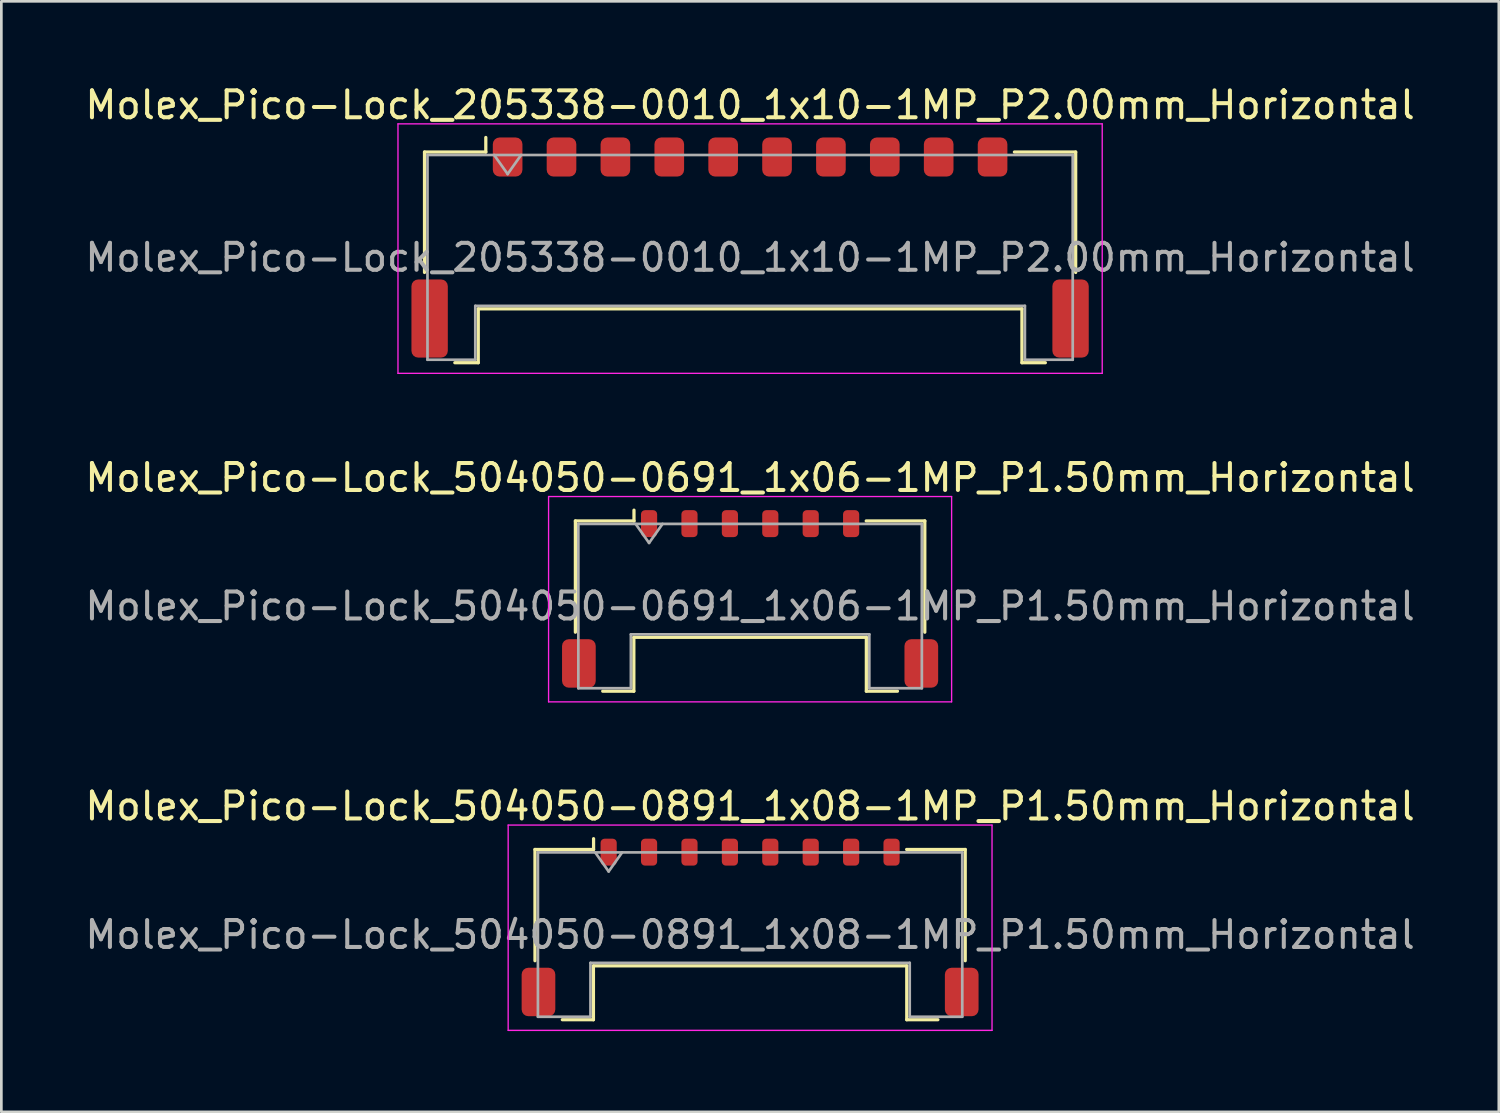
<source format=kicad_pcb>
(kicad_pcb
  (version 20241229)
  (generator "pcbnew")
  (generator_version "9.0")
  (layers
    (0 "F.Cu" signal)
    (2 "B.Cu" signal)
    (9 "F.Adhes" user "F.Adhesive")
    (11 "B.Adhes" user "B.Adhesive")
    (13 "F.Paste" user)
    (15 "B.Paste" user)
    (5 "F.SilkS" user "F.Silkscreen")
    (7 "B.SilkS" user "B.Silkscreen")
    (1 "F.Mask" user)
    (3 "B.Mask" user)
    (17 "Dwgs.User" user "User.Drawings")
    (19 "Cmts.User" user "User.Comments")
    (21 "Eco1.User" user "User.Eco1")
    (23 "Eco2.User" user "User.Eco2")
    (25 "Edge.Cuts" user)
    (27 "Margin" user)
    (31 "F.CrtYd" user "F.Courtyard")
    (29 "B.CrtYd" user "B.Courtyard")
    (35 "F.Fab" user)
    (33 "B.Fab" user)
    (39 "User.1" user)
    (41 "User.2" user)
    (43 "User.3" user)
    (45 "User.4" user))
  (footprint "Molex_Pico-Lock_205338-0010_1x10-1MP_P2.00mm_Horizontal"
    (layer "F.Cu")
    (at 24.792 6.138)
    (property "Reference" "Molex_Pico-Lock_205338-0010_1x10-1MP_P2.00mm_Horizontal" (at 0 -5.29 0) (layer "F.SilkS") (effects (font (size 1 1) (thickness 0.15))))
    (attr smd)
    (fp_line (start -12.085 -3.545) (end -9.81 -3.545) (stroke (width 0.12) (type solid)) (layer "F.SilkS"))
    (fp_line (start -12.085 0.925) (end -12.085 -3.545) (stroke (width 0.12) (type solid)) (layer "F.SilkS"))
    (fp_line (start -10.96 4.275) (end -10.09 4.275) (stroke (width 0.12) (type solid)) (layer "F.SilkS"))
    (fp_line (start -10.09 2.275) (end 10.09 2.275) (stroke (width 0.12) (type solid)) (layer "F.SilkS"))
    (fp_line (start -10.09 4.275) (end -10.09 2.275) (stroke (width 0.12) (type solid)) (layer "F.SilkS"))
    (fp_line (start -9.81 -3.545) (end -9.81 -4.085) (stroke (width 0.12) (type solid)) (layer "F.SilkS"))
    (fp_line (start 10.09 2.275) (end 10.09 4.275) (stroke (width 0.12) (type solid)) (layer "F.SilkS"))
    (fp_line (start 10.09 4.275) (end 10.96 4.275) (stroke (width 0.12) (type solid)) (layer "F.SilkS"))
    (fp_line (start 12.085 -3.545) (end 9.81 -3.545) (stroke (width 0.12) (type solid)) (layer "F.SilkS"))
    (fp_line (start 12.085 0.925) (end 12.085 -3.545) (stroke (width 0.12) (type solid)) (layer "F.SilkS"))
    (fp_line (start -13.07 -4.59) (end -13.07 4.67) (stroke (width 0.05) (type solid)) (layer "F.CrtYd"))
    (fp_line (start -13.07 4.67) (end 13.07 4.67) (stroke (width 0.05) (type solid)) (layer "F.CrtYd"))
    (fp_line (start 13.07 -4.59) (end -13.07 -4.59) (stroke (width 0.05) (type solid)) (layer "F.CrtYd"))
    (fp_line (start 13.07 4.67) (end 13.07 -4.59) (stroke (width 0.05) (type solid)) (layer "F.CrtYd"))
    (fp_line (start -11.975 -3.435) (end -11.975 4.165) (stroke (width 0.1) (type solid)) (layer "F.Fab"))
    (fp_line (start -11.975 -3.435) (end 11.975 -3.435) (stroke (width 0.1) (type solid)) (layer "F.Fab"))
    (fp_line (start -11.975 4.165) (end -10.2 4.165) (stroke (width 0.1) (type solid)) (layer "F.Fab"))
    (fp_line (start -10.2 2.165) (end 10.2 2.165) (stroke (width 0.1) (type solid)) (layer "F.Fab"))
    (fp_line (start -10.2 4.165) (end -10.2 2.165) (stroke (width 0.1) (type solid)) (layer "F.Fab"))
    (fp_line (start -9.5 -3.435) (end -9 -2.728) (stroke (width 0.1) (type solid)) (layer "F.Fab"))
    (fp_line (start -9 -2.728) (end -8.5 -3.435) (stroke (width 0.1) (type solid)) (layer "F.Fab"))
    (fp_line (start 10.2 2.165) (end 10.2 4.165) (stroke (width 0.1) (type solid)) (layer "F.Fab"))
    (fp_line (start 10.2 4.165) (end 11.975 4.165) (stroke (width 0.1) (type solid)) (layer "F.Fab"))
    (fp_line (start 11.975 -3.435) (end 11.975 4.165) (stroke (width 0.1) (type solid)) (layer "F.Fab"))
    (fp_text user "${REFERENCE}" (at 0 0.37 0) (layer "F.Fab") (effects (font (size 1 1) (thickness 0.15))))
    (pad "1" smd roundrect (at -9 -3.36) (size 1.1 1.45) (layers "F.Cu" "F.Mask" "F.Paste") (roundrect_rratio 0.227))
    (pad "2" smd roundrect (at -7 -3.36) (size 1.1 1.45) (layers "F.Cu" "F.Mask" "F.Paste") (roundrect_rratio 0.227))
    (pad "3" smd roundrect (at -5 -3.36) (size 1.1 1.45) (layers "F.Cu" "F.Mask" "F.Paste") (roundrect_rratio 0.227))
    (pad "4" smd roundrect (at -3 -3.36) (size 1.1 1.45) (layers "F.Cu" "F.Mask" "F.Paste") (roundrect_rratio 0.227))
    (pad "5" smd roundrect (at -1 -3.36) (size 1.1 1.45) (layers "F.Cu" "F.Mask" "F.Paste") (roundrect_rratio 0.227))
    (pad "6" smd roundrect (at 1 -3.36) (size 1.1 1.45) (layers "F.Cu" "F.Mask" "F.Paste") (roundrect_rratio 0.227))
    (pad "7" smd roundrect (at 3 -3.36) (size 1.1 1.45) (layers "F.Cu" "F.Mask" "F.Paste") (roundrect_rratio 0.227))
    (pad "8" smd roundrect (at 5 -3.36) (size 1.1 1.45) (layers "F.Cu" "F.Mask" "F.Paste") (roundrect_rratio 0.227))
    (pad "9" smd roundrect (at 7 -3.36) (size 1.1 1.45) (layers "F.Cu" "F.Mask" "F.Paste") (roundrect_rratio 0.227))
    (pad "10" smd roundrect (at 9 -3.36) (size 1.1 1.45) (layers "F.Cu" "F.Mask" "F.Paste") (roundrect_rratio 0.227))
    (pad "MP" smd roundrect (at -11.895 2.635) (size 1.35 2.9) (layers "F.Cu" "F.Mask" "F.Paste") (roundrect_rratio 0.185))
    (pad "MP" smd roundrect (at 11.895 2.635) (size 1.35 2.9) (layers "F.Cu" "F.Mask" "F.Paste") (roundrect_rratio 0.185)))
  (footprint "Molex_Pico-Lock_504050-0691_1x06-1MP_P1.50mm_Horizontal"
    (layer "F.Cu")
    (at 24.792 19.181)
    (property "Reference" "Molex_Pico-Lock_504050-0691_1x06-1MP_P1.50mm_Horizontal" (at 0 -4.5 0) (layer "F.SilkS") (effects (font (size 1 1) (thickness 0.15))))
    (attr smd)
    (fp_line (start -6.485 -2.895) (end -4.31 -2.895) (stroke (width 0.12) (type solid)) (layer "F.SilkS"))
    (fp_line (start -6.485 1.235) (end -6.485 -2.895) (stroke (width 0.12) (type solid)) (layer "F.SilkS"))
    (fp_line (start -5.47 3.425) (end -4.315 3.425) (stroke (width 0.12) (type solid)) (layer "F.SilkS"))
    (fp_line (start -4.315 1.425) (end 4.315 1.425) (stroke (width 0.12) (type solid)) (layer "F.SilkS"))
    (fp_line (start -4.315 3.425) (end -4.315 1.425) (stroke (width 0.12) (type solid)) (layer "F.SilkS"))
    (fp_line (start -4.31 -2.895) (end -4.31 -3.295) (stroke (width 0.12) (type solid)) (layer "F.SilkS"))
    (fp_line (start 4.315 1.425) (end 4.315 3.425) (stroke (width 0.12) (type solid)) (layer "F.SilkS"))
    (fp_line (start 4.315 3.425) (end 5.47 3.425) (stroke (width 0.12) (type solid)) (layer "F.SilkS"))
    (fp_line (start 6.485 -2.895) (end 4.31 -2.895) (stroke (width 0.12) (type solid)) (layer "F.SilkS"))
    (fp_line (start 6.485 1.235) (end 6.485 -2.895) (stroke (width 0.12) (type solid)) (layer "F.SilkS"))
    (fp_line (start -7.48 -3.8) (end -7.48 3.82) (stroke (width 0.05) (type solid)) (layer "F.CrtYd"))
    (fp_line (start -7.48 3.82) (end 7.48 3.82) (stroke (width 0.05) (type solid)) (layer "F.CrtYd"))
    (fp_line (start 7.48 -3.8) (end -7.48 -3.8) (stroke (width 0.05) (type solid)) (layer "F.CrtYd"))
    (fp_line (start 7.48 3.82) (end 7.48 -3.8) (stroke (width 0.05) (type solid)) (layer "F.CrtYd"))
    (fp_line (start -6.375 -2.785) (end -6.375 3.315) (stroke (width 0.1) (type solid)) (layer "F.Fab"))
    (fp_line (start -6.375 -2.785) (end 6.375 -2.785) (stroke (width 0.1) (type solid)) (layer "F.Fab"))
    (fp_line (start -6.375 3.315) (end -4.425 3.315) (stroke (width 0.1) (type solid)) (layer "F.Fab"))
    (fp_line (start -4.425 1.315) (end 4.425 1.315) (stroke (width 0.1) (type solid)) (layer "F.Fab"))
    (fp_line (start -4.425 3.315) (end -4.425 1.315) (stroke (width 0.1) (type solid)) (layer "F.Fab"))
    (fp_line (start -4.25 -2.785) (end -3.75 -2.078) (stroke (width 0.1) (type solid)) (layer "F.Fab"))
    (fp_line (start -3.75 -2.078) (end -3.25 -2.785) (stroke (width 0.1) (type solid)) (layer "F.Fab"))
    (fp_line (start 4.425 1.315) (end 4.425 3.315) (stroke (width 0.1) (type solid)) (layer "F.Fab"))
    (fp_line (start 4.425 3.315) (end 6.375 3.315) (stroke (width 0.1) (type solid)) (layer "F.Fab"))
    (fp_line (start 6.375 -2.785) (end 6.375 3.315) (stroke (width 0.1) (type solid)) (layer "F.Fab"))
    (fp_text user "${REFERENCE}" (at 0 0.27 0) (layer "F.Fab") (effects (font (size 1 1) (thickness 0.15))))
    (pad "1" smd roundrect (at -3.75 -2.795) (size 0.6 1) (layers "F.Cu" "F.Mask" "F.Paste") (roundrect_rratio 0.25))
    (pad "2" smd roundrect (at -2.25 -2.795) (size 0.6 1) (layers "F.Cu" "F.Mask" "F.Paste") (roundrect_rratio 0.25))
    (pad "3" smd roundrect (at -0.75 -2.795) (size 0.6 1) (layers "F.Cu" "F.Mask" "F.Paste") (roundrect_rratio 0.25))
    (pad "4" smd roundrect (at 0.75 -2.795) (size 0.6 1) (layers "F.Cu" "F.Mask" "F.Paste") (roundrect_rratio 0.25))
    (pad "5" smd roundrect (at 2.25 -2.795) (size 0.6 1) (layers "F.Cu" "F.Mask" "F.Paste") (roundrect_rratio 0.25))
    (pad "6" smd roundrect (at 3.75 -2.795) (size 0.6 1) (layers "F.Cu" "F.Mask" "F.Paste") (roundrect_rratio 0.25))
    (pad "MP" smd roundrect (at -6.355 2.395) (size 1.25 1.8) (layers "F.Cu" "F.Mask" "F.Paste") (roundrect_rratio 0.2))
    (pad "MP" smd roundrect (at 6.355 2.395) (size 1.25 1.8) (layers "F.Cu" "F.Mask" "F.Paste") (roundrect_rratio 0.2)))
  (footprint "Molex_Pico-Lock_504050-0891_1x08-1MP_P1.50mm_Horizontal"
    (layer "F.Cu")
    (at 24.792 31.375)
    (property "Reference" "Molex_Pico-Lock_504050-0891_1x08-1MP_P1.50mm_Horizontal" (at 0 -4.5 0) (layer "F.SilkS") (effects (font (size 1 1) (thickness 0.15))))
    (attr smd)
    (fp_line (start -7.985 -2.895) (end -5.81 -2.895) (stroke (width 0.12) (type solid)) (layer "F.SilkS"))
    (fp_line (start -7.985 1.235) (end -7.985 -2.895) (stroke (width 0.12) (type solid)) (layer "F.SilkS"))
    (fp_line (start -6.97 3.425) (end -5.815 3.425) (stroke (width 0.12) (type solid)) (layer "F.SilkS"))
    (fp_line (start -5.815 1.425) (end 5.815 1.425) (stroke (width 0.12) (type solid)) (layer "F.SilkS"))
    (fp_line (start -5.815 3.425) (end -5.815 1.425) (stroke (width 0.12) (type solid)) (layer "F.SilkS"))
    (fp_line (start -5.81 -2.895) (end -5.81 -3.295) (stroke (width 0.12) (type solid)) (layer "F.SilkS"))
    (fp_line (start 5.815 1.425) (end 5.815 3.425) (stroke (width 0.12) (type solid)) (layer "F.SilkS"))
    (fp_line (start 5.815 3.425) (end 6.97 3.425) (stroke (width 0.12) (type solid)) (layer "F.SilkS"))
    (fp_line (start 7.985 -2.895) (end 5.81 -2.895) (stroke (width 0.12) (type solid)) (layer "F.SilkS"))
    (fp_line (start 7.985 1.235) (end 7.985 -2.895) (stroke (width 0.12) (type solid)) (layer "F.SilkS"))
    (fp_line (start -8.98 -3.8) (end -8.98 3.82) (stroke (width 0.05) (type solid)) (layer "F.CrtYd"))
    (fp_line (start -8.98 3.82) (end 8.98 3.82) (stroke (width 0.05) (type solid)) (layer "F.CrtYd"))
    (fp_line (start 8.98 -3.8) (end -8.98 -3.8) (stroke (width 0.05) (type solid)) (layer "F.CrtYd"))
    (fp_line (start 8.98 3.82) (end 8.98 -3.8) (stroke (width 0.05) (type solid)) (layer "F.CrtYd"))
    (fp_line (start -7.875 -2.785) (end -7.875 3.315) (stroke (width 0.1) (type solid)) (layer "F.Fab"))
    (fp_line (start -7.875 -2.785) (end 7.875 -2.785) (stroke (width 0.1) (type solid)) (layer "F.Fab"))
    (fp_line (start -7.875 3.315) (end -5.925 3.315) (stroke (width 0.1) (type solid)) (layer "F.Fab"))
    (fp_line (start -5.925 1.315) (end 5.925 1.315) (stroke (width 0.1) (type solid)) (layer "F.Fab"))
    (fp_line (start -5.925 3.315) (end -5.925 1.315) (stroke (width 0.1) (type solid)) (layer "F.Fab"))
    (fp_line (start -5.75 -2.785) (end -5.25 -2.078) (stroke (width 0.1) (type solid)) (layer "F.Fab"))
    (fp_line (start -5.25 -2.078) (end -4.75 -2.785) (stroke (width 0.1) (type solid)) (layer "F.Fab"))
    (fp_line (start 5.925 1.315) (end 5.925 3.315) (stroke (width 0.1) (type solid)) (layer "F.Fab"))
    (fp_line (start 5.925 3.315) (end 7.875 3.315) (stroke (width 0.1) (type solid)) (layer "F.Fab"))
    (fp_line (start 7.875 -2.785) (end 7.875 3.315) (stroke (width 0.1) (type solid)) (layer "F.Fab"))
    (fp_text user "${REFERENCE}" (at 0 0.27 0) (layer "F.Fab") (effects (font (size 1 1) (thickness 0.15))))
    (pad "1" smd roundrect (at -5.25 -2.795) (size 0.6 1) (layers "F.Cu" "F.Mask" "F.Paste") (roundrect_rratio 0.25))
    (pad "2" smd roundrect (at -3.75 -2.795) (size 0.6 1) (layers "F.Cu" "F.Mask" "F.Paste") (roundrect_rratio 0.25))
    (pad "3" smd roundrect (at -2.25 -2.795) (size 0.6 1) (layers "F.Cu" "F.Mask" "F.Paste") (roundrect_rratio 0.25))
    (pad "4" smd roundrect (at -0.75 -2.795) (size 0.6 1) (layers "F.Cu" "F.Mask" "F.Paste") (roundrect_rratio 0.25))
    (pad "5" smd roundrect (at 0.75 -2.795) (size 0.6 1) (layers "F.Cu" "F.Mask" "F.Paste") (roundrect_rratio 0.25))
    (pad "6" smd roundrect (at 2.25 -2.795) (size 0.6 1) (layers "F.Cu" "F.Mask" "F.Paste") (roundrect_rratio 0.25))
    (pad "7" smd roundrect (at 3.75 -2.795) (size 0.6 1) (layers "F.Cu" "F.Mask" "F.Paste") (roundrect_rratio 0.25))
    (pad "8" smd roundrect (at 5.25 -2.795) (size 0.6 1) (layers "F.Cu" "F.Mask" "F.Paste") (roundrect_rratio 0.25))
    (pad "MP" smd roundrect (at -7.855 2.395) (size 1.25 1.8) (layers "F.Cu" "F.Mask" "F.Paste") (roundrect_rratio 0.2))
    (pad "MP" smd roundrect (at 7.855 2.395) (size 1.25 1.8) (layers "F.Cu" "F.Mask" "F.Paste") (roundrect_rratio 0.2)))
  (gr_rect
    (start -3 -3)
    (end 52.583 38.22)
    (stroke (width 0.1) (type default))
    (fill no)
    (layer "Edge.Cuts")))
</source>
